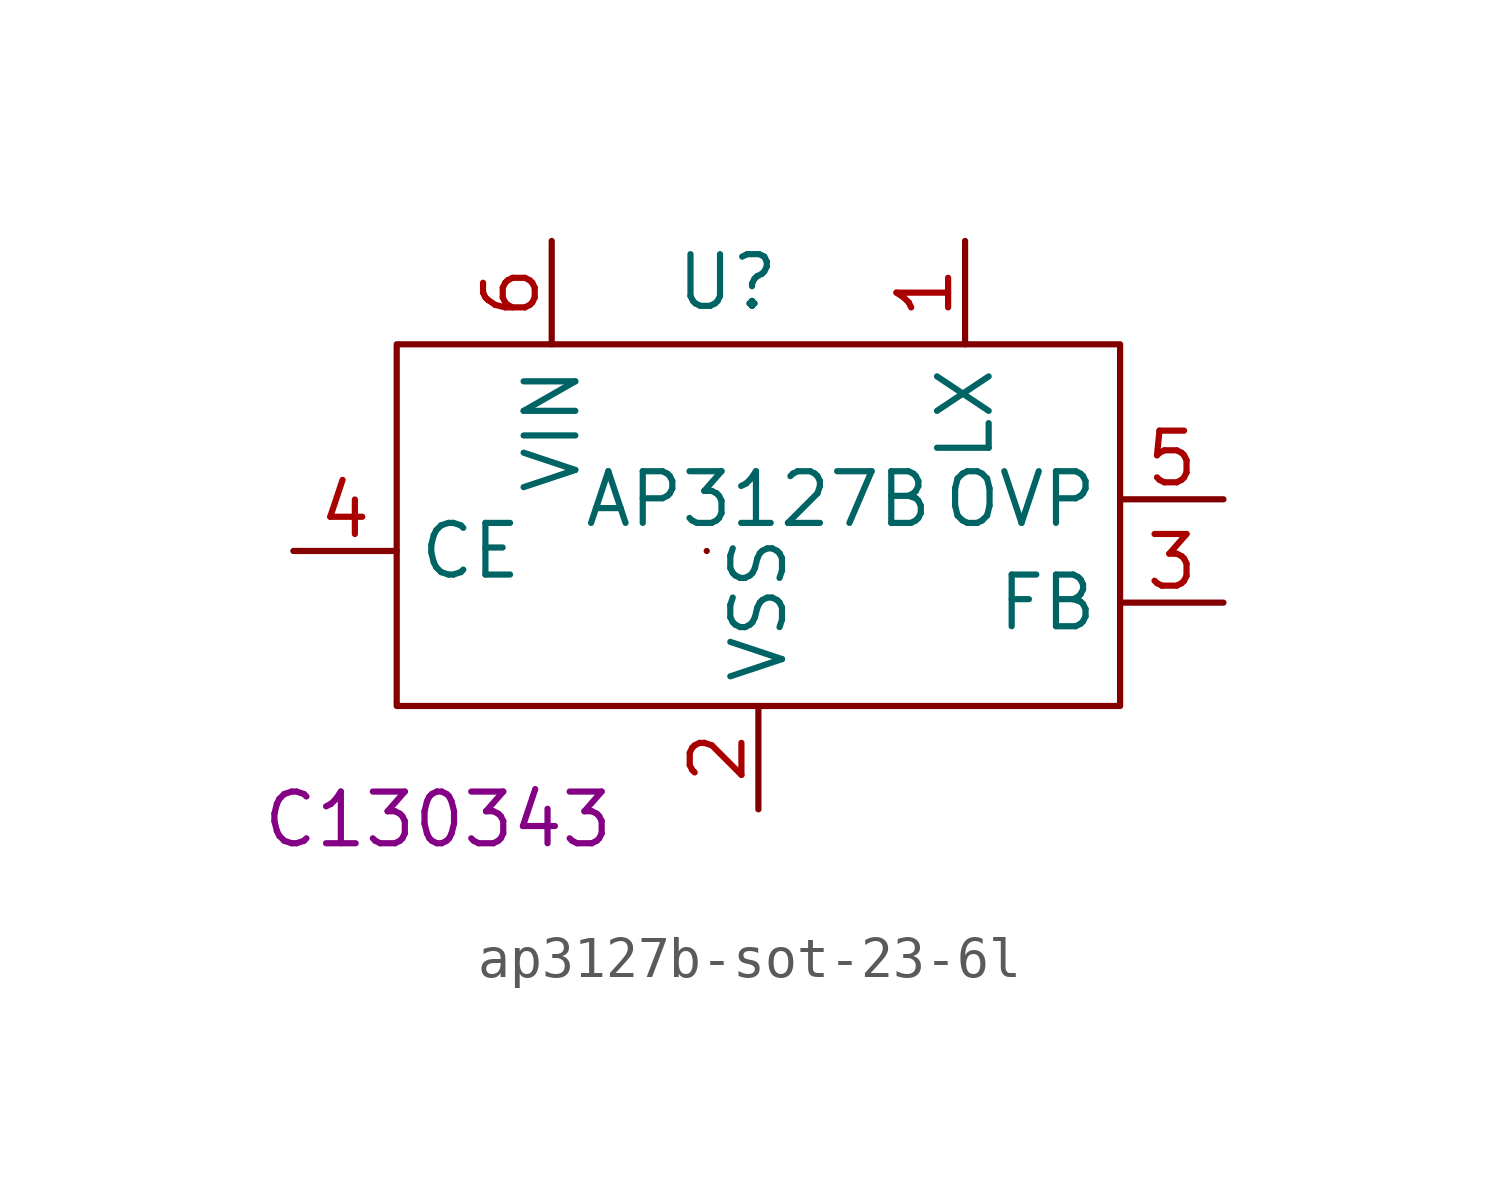
<source format=kicad_sym>
(kicad_symbol_lib
  (version 20231120)
  (generator "kicad_symbol_editor")
  (generator_version "8.0")
  (symbol "ap3127b-sot-23-6l"
    (property "Reference" "U"
      (at 4.318 5.334 0)
      (effects (font (size 1.27 1.27))))
    (property "Value" "AP3127B"
      (at 5.08 0 0)
      (effects (font (size 1.27 1.27))))
    (property "LCSC" "C130343"
      (at -2.794 -7.874 0)
      (effects (font (size 1.27 1.27))))
    (symbol "ap3127b-sot-23-6l_0_1"
      (polyline (pts (xy 3.81 -1.27) (xy 3.81 -1.27)) (stroke (width 0) (type default)) (fill (type none)))
      (polyline (pts (xy -3.81 3.81) (xy -3.81 -5.08) (xy 13.97 -5.08) (xy 13.97 3.81) (xy -3.81 3.81)) (stroke (width 0) (type default)) (fill (type none))))
    (symbol "ap3127b-sot-23-6l_1_1"
      (pin input line (at 10.16 6.35 270) (length 2.54) (name "LX" (effects (font (size 1.27 1.27)))) (number "1" (effects (font (size 1.27 1.27)))))
      (pin input line (at 5.08 -7.62 90) (length 2.54) (name "VSS" (effects (font (size 1.27 1.27)))) (number "2" (effects (font (size 1.27 1.27)))))
      (pin input line (at 16.51 -2.54 180) (length 2.54) (name "FB" (effects (font (size 1.27 1.27)))) (number "3" (effects (font (size 1.27 1.27)))))
      (pin input line (at -6.35 -1.27 0) (length 2.54) (name "CE" (effects (font (size 1.27 1.27)))) (number "4" (effects (font (size 1.27 1.27)))))
      (pin input line (at 16.51 0 180) (length 2.54) (name "OVP" (effects (font (size 1.27 1.27)))) (number "5" (effects (font (size 1.27 1.27)))))
      (pin input line (at 0 6.35 270) (length 2.54) (name "VIN" (effects (font (size 1.27 1.27)))) (number "6" (effects (font (size 1.27 1.27))))))))
</source>
